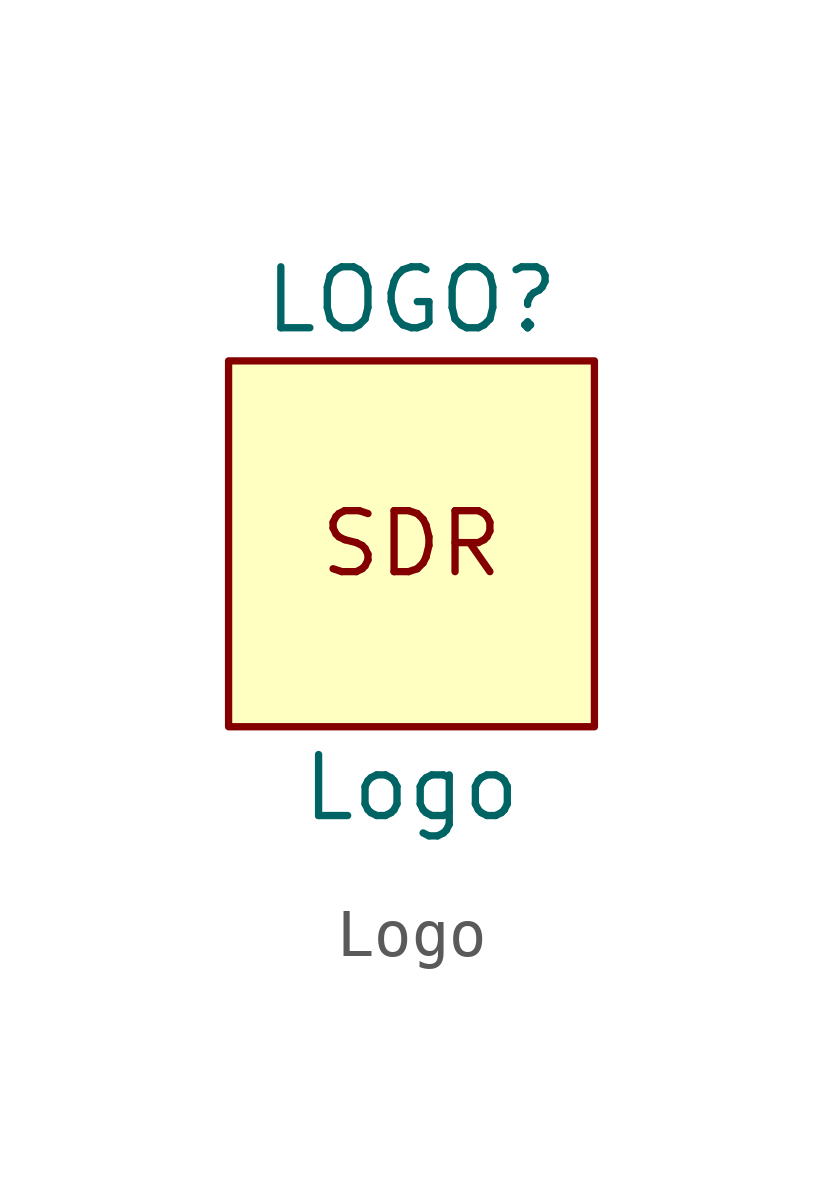
<source format=kicad_sym>
(kicad_symbol_lib
  (version 20220914)
  (generator kicad_symbol_editor)
  (symbol "Logo"
    (pin_names
      (offset 1.016))
    (property "Reference" "LOGO"
      (at 0 5.08 0)
      (effects (font (size 1.27 1.27))))
    (property "Value" "Logo"
      (at 0 -5.08 0)
      (effects (font (size 1.27 1.27))))
    (symbol "Logo_0_0"
      (text "SDR" (at 0 0 0) (effects (font (size 1.27 1.27)))))
    (symbol "Logo_0_1"
      (rectangle (start -3.81 3.81) (end 3.81 -3.81) (stroke (width 0) (type default)) (fill (type background))))))
</source>
